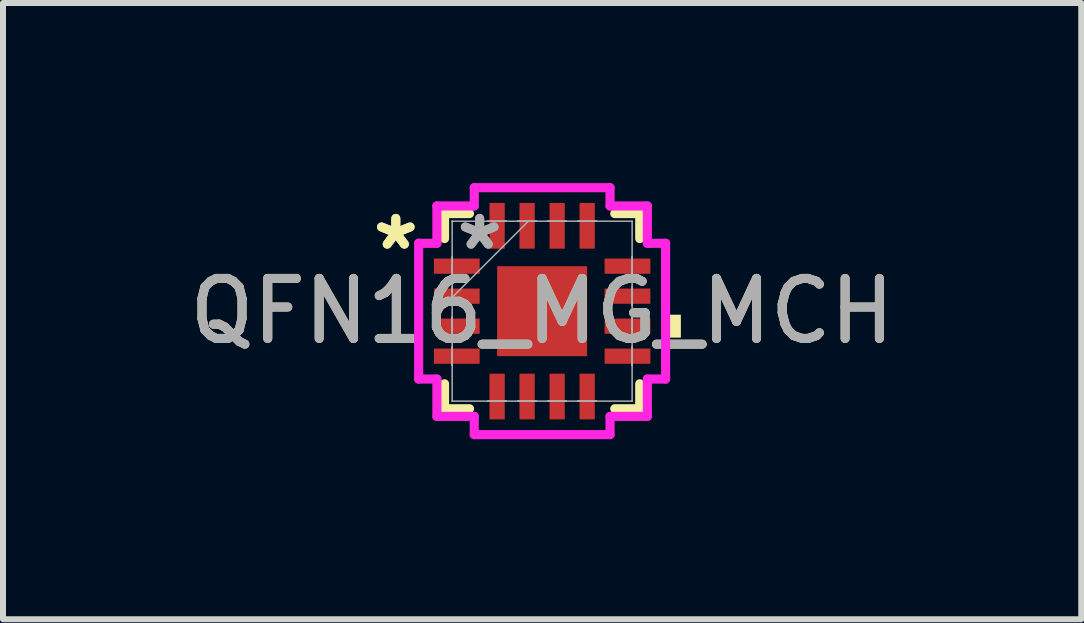
<source format=kicad_pcb>
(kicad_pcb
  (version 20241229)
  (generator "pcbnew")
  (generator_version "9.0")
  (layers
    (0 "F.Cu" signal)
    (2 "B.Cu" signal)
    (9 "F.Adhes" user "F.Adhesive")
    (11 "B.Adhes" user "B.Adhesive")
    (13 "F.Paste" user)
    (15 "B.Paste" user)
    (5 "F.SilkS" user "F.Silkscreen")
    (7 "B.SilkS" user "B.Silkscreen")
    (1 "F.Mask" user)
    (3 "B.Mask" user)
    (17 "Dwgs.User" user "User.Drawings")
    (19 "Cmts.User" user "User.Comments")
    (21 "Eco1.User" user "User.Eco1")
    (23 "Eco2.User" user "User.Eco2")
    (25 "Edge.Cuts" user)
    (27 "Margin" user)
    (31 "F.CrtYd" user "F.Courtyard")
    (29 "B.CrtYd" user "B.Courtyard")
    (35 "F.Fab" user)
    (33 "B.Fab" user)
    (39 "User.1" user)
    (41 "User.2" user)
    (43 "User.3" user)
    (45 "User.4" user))
  (footprint "QFN16_MG_MCH"
    (layer "F.Cu")
    (at 5.982 2.134)
    (property "Reference" "QFN16_MG_MCH" (at 0 0 0) (unlocked yes) (layer "F.SilkS") (effects (font (size 1 1) (thickness 0.15))))
    (attr smd)
    (fp_line (start -1.626 -1.626) (end -1.626 -1.21) (stroke (width 0.152) (type solid)) (layer "F.SilkS"))
    (fp_line (start -1.626 1.21) (end -1.626 1.626) (stroke (width 0.152) (type solid)) (layer "F.SilkS"))
    (fp_line (start -1.626 1.626) (end -1.21 1.626) (stroke (width 0.152) (type solid)) (layer "F.SilkS"))
    (fp_line (start -1.21 -1.626) (end -1.626 -1.626) (stroke (width 0.152) (type solid)) (layer "F.SilkS"))
    (fp_line (start 1.21 1.626) (end 1.626 1.626) (stroke (width 0.152) (type solid)) (layer "F.SilkS"))
    (fp_line (start 1.626 -1.626) (end 1.21 -1.626) (stroke (width 0.152) (type solid)) (layer "F.SilkS"))
    (fp_line (start 1.626 -1.21) (end 1.626 -1.626) (stroke (width 0.152) (type solid)) (layer "F.SilkS"))
    (fp_line (start 1.626 1.626) (end 1.626 1.21) (stroke (width 0.152) (type solid)) (layer "F.SilkS"))
    (fp_poly (pts (xy 2.311 0.059) (xy 2.311 0.441) (xy 2.057 0.441) (xy 2.057 0.059)) (stroke (width 0) (type solid)) (fill yes) (layer "F.SilkS"))
    (fp_line (start -2.057 -1.131) (end -1.753 -1.131) (stroke (width 0.152) (type solid)) (layer "F.CrtYd"))
    (fp_line (start -2.057 1.131) (end -2.057 -1.131) (stroke (width 0.152) (type solid)) (layer "F.CrtYd"))
    (fp_line (start -1.753 -1.753) (end -1.131 -1.753) (stroke (width 0.152) (type solid)) (layer "F.CrtYd"))
    (fp_line (start -1.753 -1.131) (end -1.753 -1.753) (stroke (width 0.152) (type solid)) (layer "F.CrtYd"))
    (fp_line (start -1.753 1.131) (end -2.057 1.131) (stroke (width 0.152) (type solid)) (layer "F.CrtYd"))
    (fp_line (start -1.753 1.753) (end -1.753 1.131) (stroke (width 0.152) (type solid)) (layer "F.CrtYd"))
    (fp_line (start -1.131 -2.057) (end 1.131 -2.057) (stroke (width 0.152) (type solid)) (layer "F.CrtYd"))
    (fp_line (start -1.131 -1.753) (end -1.131 -2.057) (stroke (width 0.152) (type solid)) (layer "F.CrtYd"))
    (fp_line (start -1.131 1.753) (end -1.753 1.753) (stroke (width 0.152) (type solid)) (layer "F.CrtYd"))
    (fp_line (start -1.131 2.057) (end -1.131 1.753) (stroke (width 0.152) (type solid)) (layer "F.CrtYd"))
    (fp_line (start 1.131 -2.057) (end 1.131 -1.753) (stroke (width 0.152) (type solid)) (layer "F.CrtYd"))
    (fp_line (start 1.131 -1.753) (end 1.753 -1.753) (stroke (width 0.152) (type solid)) (layer "F.CrtYd"))
    (fp_line (start 1.131 1.753) (end 1.131 2.057) (stroke (width 0.152) (type solid)) (layer "F.CrtYd"))
    (fp_line (start 1.131 2.057) (end -1.131 2.057) (stroke (width 0.152) (type solid)) (layer "F.CrtYd"))
    (fp_line (start 1.753 -1.753) (end 1.753 -1.131) (stroke (width 0.152) (type solid)) (layer "F.CrtYd"))
    (fp_line (start 1.753 -1.131) (end 2.057 -1.131) (stroke (width 0.152) (type solid)) (layer "F.CrtYd"))
    (fp_line (start 1.753 1.131) (end 1.753 1.753) (stroke (width 0.152) (type solid)) (layer "F.CrtYd"))
    (fp_line (start 1.753 1.753) (end 1.131 1.753) (stroke (width 0.152) (type solid)) (layer "F.CrtYd"))
    (fp_line (start 2.057 -1.131) (end 2.057 1.131) (stroke (width 0.152) (type solid)) (layer "F.CrtYd"))
    (fp_line (start 2.057 1.131) (end 1.753 1.131) (stroke (width 0.152) (type solid)) (layer "F.CrtYd"))
    (fp_line (start -1.499 -1.499) (end -1.499 -1.499) (stroke (width 0.025) (type solid)) (layer "F.Fab"))
    (fp_line (start -1.499 -1.499) (end -1.499 1.499) (stroke (width 0.025) (type solid)) (layer "F.Fab"))
    (fp_line (start -1.499 -0.902) (end -1.499 -0.902) (stroke (width 0.025) (type solid)) (layer "F.Fab"))
    (fp_line (start -1.499 -0.902) (end -1.499 -0.598) (stroke (width 0.025) (type solid)) (layer "F.Fab"))
    (fp_line (start -1.499 -0.598) (end -1.499 -0.902) (stroke (width 0.025) (type solid)) (layer "F.Fab"))
    (fp_line (start -1.499 -0.598) (end -1.499 -0.598) (stroke (width 0.025) (type solid)) (layer "F.Fab"))
    (fp_line (start -1.499 -0.402) (end -1.499 -0.402) (stroke (width 0.025) (type solid)) (layer "F.Fab"))
    (fp_line (start -1.499 -0.402) (end -1.499 -0.098) (stroke (width 0.025) (type solid)) (layer "F.Fab"))
    (fp_line (start -1.499 -0.229) (end -0.229 -1.499) (stroke (width 0.025) (type solid)) (layer "F.Fab"))
    (fp_line (start -1.499 -0.098) (end -1.499 -0.402) (stroke (width 0.025) (type solid)) (layer "F.Fab"))
    (fp_line (start -1.499 -0.098) (end -1.499 -0.098) (stroke (width 0.025) (type solid)) (layer "F.Fab"))
    (fp_line (start -1.499 0.098) (end -1.499 0.098) (stroke (width 0.025) (type solid)) (layer "F.Fab"))
    (fp_line (start -1.499 0.098) (end -1.499 0.402) (stroke (width 0.025) (type solid)) (layer "F.Fab"))
    (fp_line (start -1.499 0.402) (end -1.499 0.098) (stroke (width 0.025) (type solid)) (layer "F.Fab"))
    (fp_line (start -1.499 0.402) (end -1.499 0.402) (stroke (width 0.025) (type solid)) (layer "F.Fab"))
    (fp_line (start -1.499 0.598) (end -1.499 0.598) (stroke (width 0.025) (type solid)) (layer "F.Fab"))
    (fp_line (start -1.499 0.598) (end -1.499 0.902) (stroke (width 0.025) (type solid)) (layer "F.Fab"))
    (fp_line (start -1.499 0.902) (end -1.499 0.598) (stroke (width 0.025) (type solid)) (layer "F.Fab"))
    (fp_line (start -1.499 0.902) (end -1.499 0.902) (stroke (width 0.025) (type solid)) (layer "F.Fab"))
    (fp_line (start -1.499 1.499) (end -1.499 1.499) (stroke (width 0.025) (type solid)) (layer "F.Fab"))
    (fp_line (start -1.499 1.499) (end 1.499 1.499) (stroke (width 0.025) (type solid)) (layer "F.Fab"))
    (fp_line (start -0.902 -1.499) (end -0.902 -1.499) (stroke (width 0.025) (type solid)) (layer "F.Fab"))
    (fp_line (start -0.902 -1.499) (end -0.598 -1.499) (stroke (width 0.025) (type solid)) (layer "F.Fab"))
    (fp_line (start -0.902 1.499) (end -0.902 1.499) (stroke (width 0.025) (type solid)) (layer "F.Fab"))
    (fp_line (start -0.902 1.499) (end -0.598 1.499) (stroke (width 0.025) (type solid)) (layer "F.Fab"))
    (fp_line (start -0.598 -1.499) (end -0.902 -1.499) (stroke (width 0.025) (type solid)) (layer "F.Fab"))
    (fp_line (start -0.598 -1.499) (end -0.598 -1.499) (stroke (width 0.025) (type solid)) (layer "F.Fab"))
    (fp_line (start -0.598 1.499) (end -0.902 1.499) (stroke (width 0.025) (type solid)) (layer "F.Fab"))
    (fp_line (start -0.598 1.499) (end -0.598 1.499) (stroke (width 0.025) (type solid)) (layer "F.Fab"))
    (fp_line (start -0.402 -1.499) (end -0.402 -1.499) (stroke (width 0.025) (type solid)) (layer "F.Fab"))
    (fp_line (start -0.402 -1.499) (end -0.098 -1.499) (stroke (width 0.025) (type solid)) (layer "F.Fab"))
    (fp_line (start -0.402 1.499) (end -0.402 1.499) (stroke (width 0.025) (type solid)) (layer "F.Fab"))
    (fp_line (start -0.402 1.499) (end -0.098 1.499) (stroke (width 0.025) (type solid)) (layer "F.Fab"))
    (fp_line (start -0.098 -1.499) (end -0.402 -1.499) (stroke (width 0.025) (type solid)) (layer "F.Fab"))
    (fp_line (start -0.098 -1.499) (end -0.098 -1.499) (stroke (width 0.025) (type solid)) (layer "F.Fab"))
    (fp_line (start -0.098 1.499) (end -0.402 1.499) (stroke (width 0.025) (type solid)) (layer "F.Fab"))
    (fp_line (start -0.098 1.499) (end -0.098 1.499) (stroke (width 0.025) (type solid)) (layer "F.Fab"))
    (fp_line (start 0.098 -1.499) (end 0.098 -1.499) (stroke (width 0.025) (type solid)) (layer "F.Fab"))
    (fp_line (start 0.098 -1.499) (end 0.402 -1.499) (stroke (width 0.025) (type solid)) (layer "F.Fab"))
    (fp_line (start 0.098 1.499) (end 0.098 1.499) (stroke (width 0.025) (type solid)) (layer "F.Fab"))
    (fp_line (start 0.098 1.499) (end 0.402 1.499) (stroke (width 0.025) (type solid)) (layer "F.Fab"))
    (fp_line (start 0.402 -1.499) (end 0.098 -1.499) (stroke (width 0.025) (type solid)) (layer "F.Fab"))
    (fp_line (start 0.402 -1.499) (end 0.402 -1.499) (stroke (width 0.025) (type solid)) (layer "F.Fab"))
    (fp_line (start 0.402 1.499) (end 0.098 1.499) (stroke (width 0.025) (type solid)) (layer "F.Fab"))
    (fp_line (start 0.402 1.499) (end 0.402 1.499) (stroke (width 0.025) (type solid)) (layer "F.Fab"))
    (fp_line (start 0.598 -1.499) (end 0.598 -1.499) (stroke (width 0.025) (type solid)) (layer "F.Fab"))
    (fp_line (start 0.598 -1.499) (end 0.902 -1.499) (stroke (width 0.025) (type solid)) (layer "F.Fab"))
    (fp_line (start 0.598 1.499) (end 0.598 1.499) (stroke (width 0.025) (type solid)) (layer "F.Fab"))
    (fp_line (start 0.598 1.499) (end 0.902 1.499) (stroke (width 0.025) (type solid)) (layer "F.Fab"))
    (fp_line (start 0.902 -1.499) (end 0.598 -1.499) (stroke (width 0.025) (type solid)) (layer "F.Fab"))
    (fp_line (start 0.902 -1.499) (end 0.902 -1.499) (stroke (width 0.025) (type solid)) (layer "F.Fab"))
    (fp_line (start 0.902 1.499) (end 0.598 1.499) (stroke (width 0.025) (type solid)) (layer "F.Fab"))
    (fp_line (start 0.902 1.499) (end 0.902 1.499) (stroke (width 0.025) (type solid)) (layer "F.Fab"))
    (fp_line (start 1.499 -1.499) (end -1.499 -1.499) (stroke (width 0.025) (type solid)) (layer "F.Fab"))
    (fp_line (start 1.499 -1.499) (end 1.499 -1.499) (stroke (width 0.025) (type solid)) (layer "F.Fab"))
    (fp_line (start 1.499 -0.902) (end 1.499 -0.902) (stroke (width 0.025) (type solid)) (layer "F.Fab"))
    (fp_line (start 1.499 -0.902) (end 1.499 -0.598) (stroke (width 0.025) (type solid)) (layer "F.Fab"))
    (fp_line (start 1.499 -0.598) (end 1.499 -0.902) (stroke (width 0.025) (type solid)) (layer "F.Fab"))
    (fp_line (start 1.499 -0.598) (end 1.499 -0.598) (stroke (width 0.025) (type solid)) (layer "F.Fab"))
    (fp_line (start 1.499 -0.402) (end 1.499 -0.402) (stroke (width 0.025) (type solid)) (layer "F.Fab"))
    (fp_line (start 1.499 -0.402) (end 1.499 -0.098) (stroke (width 0.025) (type solid)) (layer "F.Fab"))
    (fp_line (start 1.499 -0.098) (end 1.499 -0.402) (stroke (width 0.025) (type solid)) (layer "F.Fab"))
    (fp_line (start 1.499 -0.098) (end 1.499 -0.098) (stroke (width 0.025) (type solid)) (layer "F.Fab"))
    (fp_line (start 1.499 0.098) (end 1.499 0.098) (stroke (width 0.025) (type solid)) (layer "F.Fab"))
    (fp_line (start 1.499 0.098) (end 1.499 0.402) (stroke (width 0.025) (type solid)) (layer "F.Fab"))
    (fp_line (start 1.499 0.402) (end 1.499 0.098) (stroke (width 0.025) (type solid)) (layer "F.Fab"))
    (fp_line (start 1.499 0.402) (end 1.499 0.402) (stroke (width 0.025) (type solid)) (layer "F.Fab"))
    (fp_line (start 1.499 0.598) (end 1.499 0.598) (stroke (width 0.025) (type solid)) (layer "F.Fab"))
    (fp_line (start 1.499 0.598) (end 1.499 0.902) (stroke (width 0.025) (type solid)) (layer "F.Fab"))
    (fp_line (start 1.499 0.902) (end 1.499 0.598) (stroke (width 0.025) (type solid)) (layer "F.Fab"))
    (fp_line (start 1.499 0.902) (end 1.499 0.902) (stroke (width 0.025) (type solid)) (layer "F.Fab"))
    (fp_line (start 1.499 1.499) (end 1.499 -1.499) (stroke (width 0.025) (type solid)) (layer "F.Fab"))
    (fp_line (start 1.499 1.499) (end 1.499 1.499) (stroke (width 0.025) (type solid)) (layer "F.Fab"))
    (fp_text user "*" (at -2.438 -1 0) (layer "F.SilkS") (effects (font (size 1 1) (thickness 0.15))))
    (fp_text user "*" (at -2.438 -1 0) (unlocked yes) (layer "F.SilkS") (effects (font (size 1 1) (thickness 0.15))))
    (fp_text user "${REFERENCE}" (at 0 0 0) (unlocked yes) (layer "F.Fab") (effects (font (size 1 1) (thickness 0.15))))
    (fp_text user "*" (at -1.041 -1 0) (unlocked yes) (layer "F.Fab") (effects (font (size 1 1) (thickness 0.15))))
    (fp_text user "*" (at -1.041 -1 0) (layer "F.Fab") (effects (font (size 1 1) (thickness 0.15))))
    (pad "1" smd rect (at -1.422 -0.75 90) (size 0.254 0.762) (layers "F.Cu" "F.Mask" "F.Paste"))
    (pad "2" smd rect (at -1.422 -0.25 90) (size 0.254 0.762) (layers "F.Cu" "F.Mask" "F.Paste"))
    (pad "3" smd rect (at -1.422 0.25 90) (size 0.254 0.762) (layers "F.Cu" "F.Mask" "F.Paste"))
    (pad "4" smd rect (at -1.422 0.75 90) (size 0.254 0.762) (layers "F.Cu" "F.Mask" "F.Paste"))
    (pad "5" smd rect (at -0.75 1.422) (size 0.254 0.762) (layers "F.Cu" "F.Mask" "F.Paste"))
    (pad "6" smd rect (at -0.25 1.422) (size 0.254 0.762) (layers "F.Cu" "F.Mask" "F.Paste"))
    (pad "7" smd rect (at 0.25 1.422) (size 0.254 0.762) (layers "F.Cu" "F.Mask" "F.Paste"))
    (pad "8" smd rect (at 0.75 1.422) (size 0.254 0.762) (layers "F.Cu" "F.Mask" "F.Paste"))
    (pad "9" smd rect (at 1.422 0.75 90) (size 0.254 0.762) (layers "F.Cu" "F.Mask" "F.Paste"))
    (pad "10" smd rect (at 1.422 0.25 90) (size 0.254 0.762) (layers "F.Cu" "F.Mask" "F.Paste"))
    (pad "11" smd rect (at 1.422 -0.25 90) (size 0.254 0.762) (layers "F.Cu" "F.Mask" "F.Paste"))
    (pad "12" smd rect (at 1.422 -0.75 90) (size 0.254 0.762) (layers "F.Cu" "F.Mask" "F.Paste"))
    (pad "13" smd rect (at 0.75 -1.422) (size 0.254 0.762) (layers "F.Cu" "F.Mask" "F.Paste"))
    (pad "14" smd rect (at 0.25 -1.422) (size 0.254 0.762) (layers "F.Cu" "F.Mask" "F.Paste"))
    (pad "15" smd rect (at -0.25 -1.422) (size 0.254 0.762) (layers "F.Cu" "F.Mask" "F.Paste"))
    (pad "16" smd rect (at -0.75 -1.422) (size 0.254 0.762) (layers "F.Cu" "F.Mask" "F.Paste"))
    (pad "17" smd rect (at 0 0) (size 1.499 1.499) (layers "F.Cu" "F.Mask" "F.Paste")))
  (gr_rect
    (start -3 -3)
    (end 14.964 7.267)
    (stroke (width 0.1) (type default))
    (fill no)
    (layer "Edge.Cuts")))
</source>
